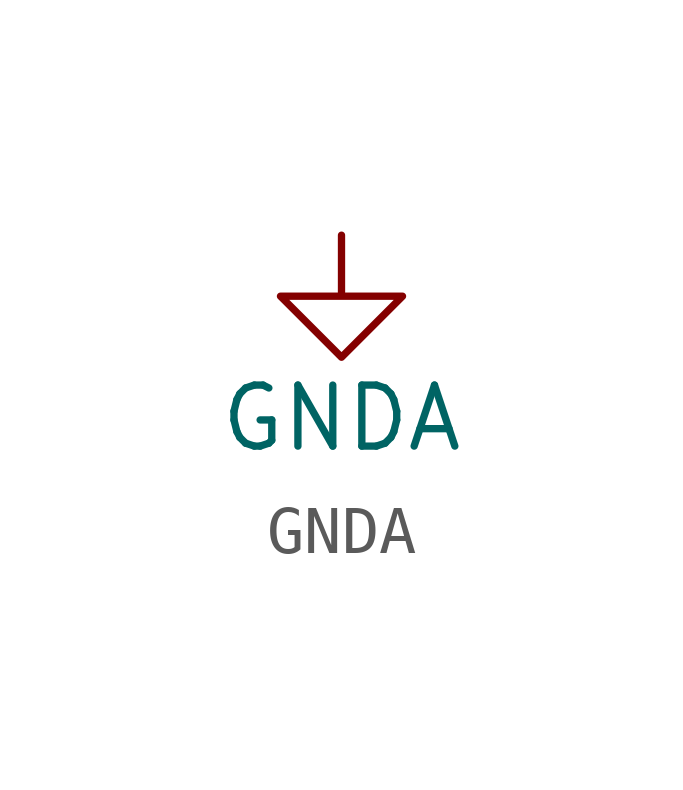
<source format=kicad_sym>
(kicad_symbol_lib
  (version 20231120)
  (generator "kicad_symbol_editor")
  (generator_version "8.0")
  (symbol "GNDA"
    (power)
    (pin_names
      (offset 0))
    (property "Reference" "#PWR"
      (at 0 -6.35 0)
      (effects (font (size 1.27 1.27)) (hide yes)))
    (property "Value" "GNDA"
      (at 0 -3.81 0)
      (effects (font (size 1.27 1.27))))
    (symbol "GNDA_0_1"
      (polyline (pts (xy 0 0) (xy 0 -1.27) (xy 1.27 -1.27) (xy 0 -2.54) (xy -1.27 -1.27) (xy 0 -1.27)) (stroke (width 0) (type solid)) (fill (type none))))
    (symbol "GNDA_1_1"
      (pin power_in line (at 0 0 270) (length 0) hide (name "GNDA" (effects (font (size 1.27 1.27)))) (number "1" (effects (font (size 1.27 1.27))))))))
</source>
